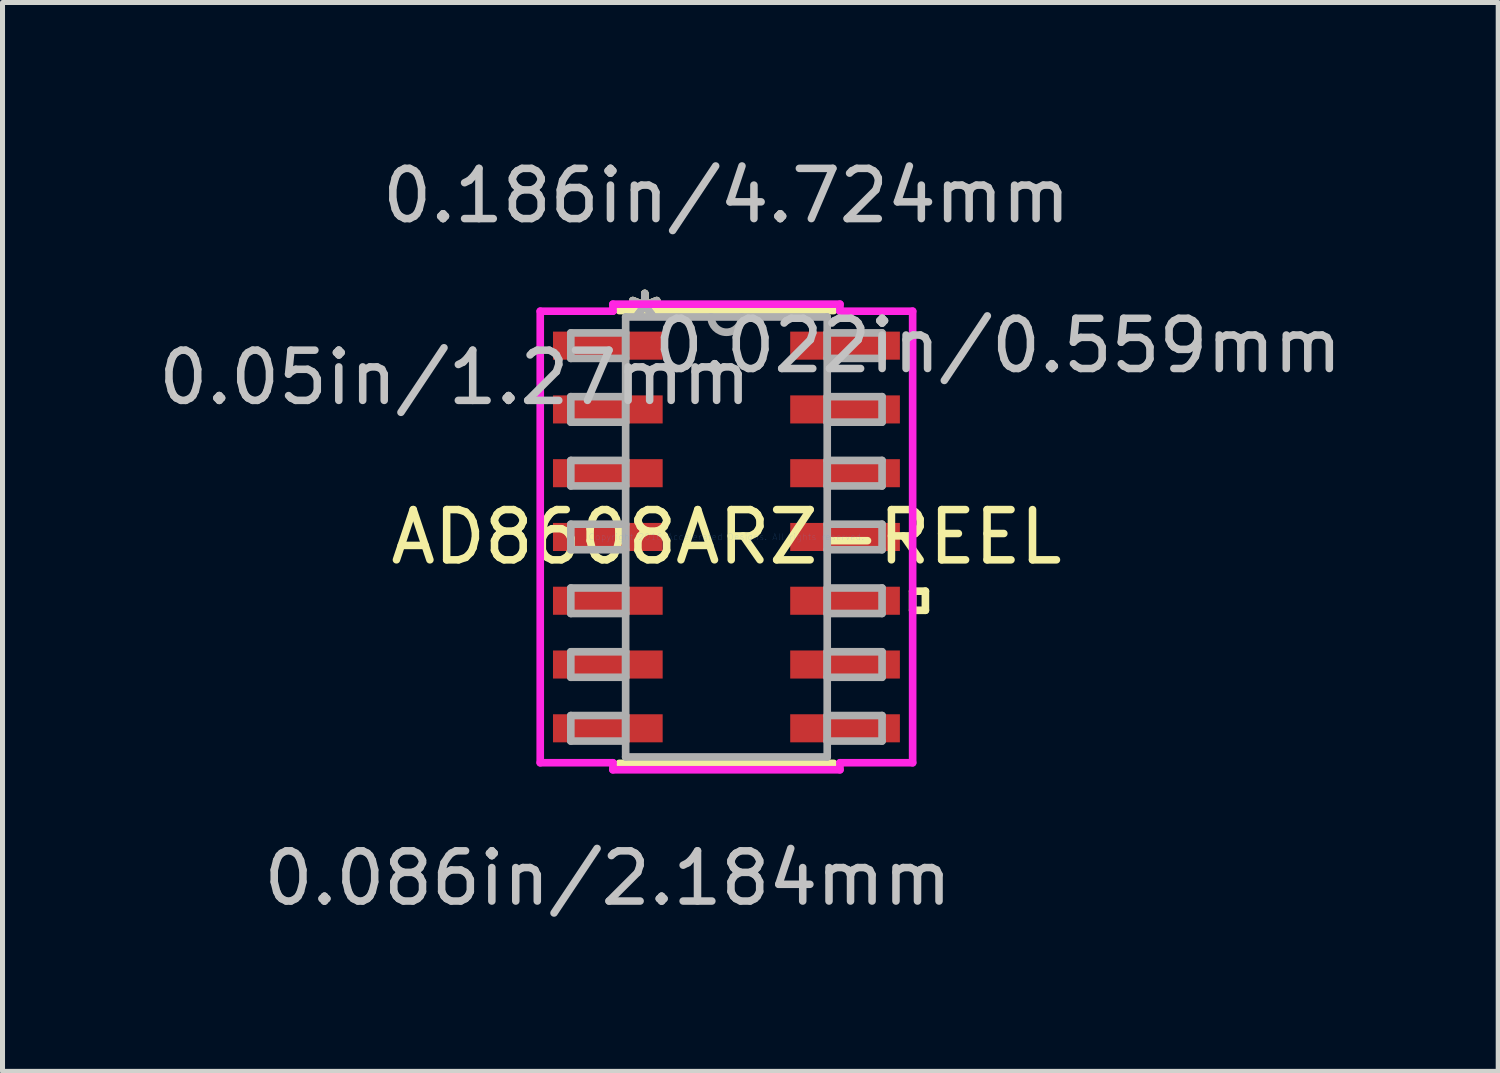
<source format=kicad_pcb>
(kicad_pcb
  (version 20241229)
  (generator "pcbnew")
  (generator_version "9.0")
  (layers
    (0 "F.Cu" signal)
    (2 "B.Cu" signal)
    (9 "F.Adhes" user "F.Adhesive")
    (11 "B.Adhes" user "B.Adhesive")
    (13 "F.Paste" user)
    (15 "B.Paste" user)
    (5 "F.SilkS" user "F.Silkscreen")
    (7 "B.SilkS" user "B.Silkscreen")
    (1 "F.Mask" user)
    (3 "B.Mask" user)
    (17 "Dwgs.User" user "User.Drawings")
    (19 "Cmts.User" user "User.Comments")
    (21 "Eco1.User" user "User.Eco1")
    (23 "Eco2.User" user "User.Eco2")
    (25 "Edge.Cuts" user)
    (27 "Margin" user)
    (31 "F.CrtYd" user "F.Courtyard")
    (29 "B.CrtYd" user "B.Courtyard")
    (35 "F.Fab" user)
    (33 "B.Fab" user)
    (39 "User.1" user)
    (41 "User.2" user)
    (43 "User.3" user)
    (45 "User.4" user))
  (footprint "AD8608ARZ-REEL"
    (layer "F.Cu")
    (at 11.416 7.643)
    (property "Reference" "AD8608ARZ-REEL" (at 0 0 0) (layer "F.SilkS") (effects (font (size 1 1) (thickness 0.15))))
    (attr through_hole)
    (fp_line (start -2.134 4.508) (end 2.134 4.508) (stroke (width 0.152) (type solid)) (layer "F.SilkS"))
    (fp_line (start 2.134 -4.508) (end -2.134 -4.508) (stroke (width 0.152) (type solid)) (layer "F.SilkS"))
    (fp_line (start 3.708 1.079) (end 3.962 1.079) (stroke (width 0.152) (type solid)) (layer "F.SilkS"))
    (fp_line (start 3.708 1.46) (end 3.708 1.079) (stroke (width 0.152) (type solid)) (layer "F.SilkS"))
    (fp_line (start 3.962 1.079) (end 3.962 1.46) (stroke (width 0.152) (type solid)) (layer "F.SilkS"))
    (fp_line (start 3.962 1.46) (end 3.708 1.46) (stroke (width 0.152) (type solid)) (layer "F.SilkS"))
    (fp_line (start -3.708 -4.496) (end -2.261 -4.496) (stroke (width 0.152) (type solid)) (layer "F.CrtYd"))
    (fp_line (start -3.708 4.496) (end -3.708 -4.496) (stroke (width 0.152) (type solid)) (layer "F.CrtYd"))
    (fp_line (start -2.261 -4.636) (end 2.261 -4.636) (stroke (width 0.152) (type solid)) (layer "F.CrtYd"))
    (fp_line (start -2.261 -4.496) (end -2.261 -4.636) (stroke (width 0.152) (type solid)) (layer "F.CrtYd"))
    (fp_line (start -2.261 4.496) (end -3.708 4.496) (stroke (width 0.152) (type solid)) (layer "F.CrtYd"))
    (fp_line (start -2.261 4.636) (end -2.261 4.496) (stroke (width 0.152) (type solid)) (layer "F.CrtYd"))
    (fp_line (start 2.261 -4.636) (end 2.261 -4.496) (stroke (width 0.152) (type solid)) (layer "F.CrtYd"))
    (fp_line (start 2.261 -4.496) (end 3.708 -4.496) (stroke (width 0.152) (type solid)) (layer "F.CrtYd"))
    (fp_line (start 2.261 4.496) (end 2.261 4.636) (stroke (width 0.152) (type solid)) (layer "F.CrtYd"))
    (fp_line (start 2.261 4.636) (end -2.261 4.636) (stroke (width 0.152) (type solid)) (layer "F.CrtYd"))
    (fp_line (start 3.708 -4.496) (end 3.708 4.496) (stroke (width 0.152) (type solid)) (layer "F.CrtYd"))
    (fp_line (start 3.708 4.496) (end 2.261 4.496) (stroke (width 0.152) (type solid)) (layer "F.CrtYd"))
    (fp_line (start -3.099 -4.064) (end -3.099 -3.556) (stroke (width 0.152) (type solid)) (layer "F.Fab"))
    (fp_line (start -3.099 -3.556) (end -2.007 -3.556) (stroke (width 0.152) (type solid)) (layer "F.Fab"))
    (fp_line (start -3.099 -2.794) (end -3.099 -2.286) (stroke (width 0.152) (type solid)) (layer "F.Fab"))
    (fp_line (start -3.099 -2.286) (end -2.007 -2.286) (stroke (width 0.152) (type solid)) (layer "F.Fab"))
    (fp_line (start -3.099 -1.524) (end -3.099 -1.016) (stroke (width 0.152) (type solid)) (layer "F.Fab"))
    (fp_line (start -3.099 -1.016) (end -2.007 -1.016) (stroke (width 0.152) (type solid)) (layer "F.Fab"))
    (fp_line (start -3.099 -0.254) (end -3.099 0.254) (stroke (width 0.152) (type solid)) (layer "F.Fab"))
    (fp_line (start -3.099 0.254) (end -2.007 0.254) (stroke (width 0.152) (type solid)) (layer "F.Fab"))
    (fp_line (start -3.099 1.016) (end -3.099 1.524) (stroke (width 0.152) (type solid)) (layer "F.Fab"))
    (fp_line (start -3.099 1.524) (end -2.007 1.524) (stroke (width 0.152) (type solid)) (layer "F.Fab"))
    (fp_line (start -3.099 2.286) (end -3.099 2.794) (stroke (width 0.152) (type solid)) (layer "F.Fab"))
    (fp_line (start -3.099 2.794) (end -2.007 2.794) (stroke (width 0.152) (type solid)) (layer "F.Fab"))
    (fp_line (start -3.099 3.556) (end -3.099 4.064) (stroke (width 0.152) (type solid)) (layer "F.Fab"))
    (fp_line (start -3.099 4.064) (end -2.007 4.064) (stroke (width 0.152) (type solid)) (layer "F.Fab"))
    (fp_line (start -2.007 -4.381) (end -2.007 4.381) (stroke (width 0.152) (type solid)) (layer "F.Fab"))
    (fp_line (start -2.007 -4.064) (end -3.099 -4.064) (stroke (width 0.152) (type solid)) (layer "F.Fab"))
    (fp_line (start -2.007 -3.556) (end -2.007 -4.064) (stroke (width 0.152) (type solid)) (layer "F.Fab"))
    (fp_line (start -2.007 -2.794) (end -3.099 -2.794) (stroke (width 0.152) (type solid)) (layer "F.Fab"))
    (fp_line (start -2.007 -2.286) (end -2.007 -2.794) (stroke (width 0.152) (type solid)) (layer "F.Fab"))
    (fp_line (start -2.007 -1.524) (end -3.099 -1.524) (stroke (width 0.152) (type solid)) (layer "F.Fab"))
    (fp_line (start -2.007 -1.016) (end -2.007 -1.524) (stroke (width 0.152) (type solid)) (layer "F.Fab"))
    (fp_line (start -2.007 -0.254) (end -3.099 -0.254) (stroke (width 0.152) (type solid)) (layer "F.Fab"))
    (fp_line (start -2.007 0.254) (end -2.007 -0.254) (stroke (width 0.152) (type solid)) (layer "F.Fab"))
    (fp_line (start -2.007 1.016) (end -3.099 1.016) (stroke (width 0.152) (type solid)) (layer "F.Fab"))
    (fp_line (start -2.007 1.524) (end -2.007 1.016) (stroke (width 0.152) (type solid)) (layer "F.Fab"))
    (fp_line (start -2.007 2.286) (end -3.099 2.286) (stroke (width 0.152) (type solid)) (layer "F.Fab"))
    (fp_line (start -2.007 2.794) (end -2.007 2.286) (stroke (width 0.152) (type solid)) (layer "F.Fab"))
    (fp_line (start -2.007 3.556) (end -3.099 3.556) (stroke (width 0.152) (type solid)) (layer "F.Fab"))
    (fp_line (start -2.007 4.064) (end -2.007 3.556) (stroke (width 0.152) (type solid)) (layer "F.Fab"))
    (fp_line (start -2.007 4.381) (end 2.007 4.381) (stroke (width 0.152) (type solid)) (layer "F.Fab"))
    (fp_line (start 2.007 -4.381) (end -2.007 -4.381) (stroke (width 0.152) (type solid)) (layer "F.Fab"))
    (fp_line (start 2.007 -4.064) (end 2.007 -3.556) (stroke (width 0.152) (type solid)) (layer "F.Fab"))
    (fp_line (start 2.007 -3.556) (end 3.099 -3.556) (stroke (width 0.152) (type solid)) (layer "F.Fab"))
    (fp_line (start 2.007 -2.794) (end 2.007 -2.286) (stroke (width 0.152) (type solid)) (layer "F.Fab"))
    (fp_line (start 2.007 -2.286) (end 3.099 -2.286) (stroke (width 0.152) (type solid)) (layer "F.Fab"))
    (fp_line (start 2.007 -1.524) (end 2.007 -1.016) (stroke (width 0.152) (type solid)) (layer "F.Fab"))
    (fp_line (start 2.007 -1.016) (end 3.099 -1.016) (stroke (width 0.152) (type solid)) (layer "F.Fab"))
    (fp_line (start 2.007 -0.254) (end 2.007 0.254) (stroke (width 0.152) (type solid)) (layer "F.Fab"))
    (fp_line (start 2.007 0.254) (end 3.099 0.254) (stroke (width 0.152) (type solid)) (layer "F.Fab"))
    (fp_line (start 2.007 1.016) (end 2.007 1.524) (stroke (width 0.152) (type solid)) (layer "F.Fab"))
    (fp_line (start 2.007 1.524) (end 3.099 1.524) (stroke (width 0.152) (type solid)) (layer "F.Fab"))
    (fp_line (start 2.007 2.286) (end 2.007 2.794) (stroke (width 0.152) (type solid)) (layer "F.Fab"))
    (fp_line (start 2.007 2.794) (end 3.099 2.794) (stroke (width 0.152) (type solid)) (layer "F.Fab"))
    (fp_line (start 2.007 3.556) (end 2.007 4.064) (stroke (width 0.152) (type solid)) (layer "F.Fab"))
    (fp_line (start 2.007 4.064) (end 3.099 4.064) (stroke (width 0.152) (type solid)) (layer "F.Fab"))
    (fp_line (start 2.007 4.381) (end 2.007 -4.381) (stroke (width 0.152) (type solid)) (layer "F.Fab"))
    (fp_line (start 3.099 -4.064) (end 2.007 -4.064) (stroke (width 0.152) (type solid)) (layer "F.Fab"))
    (fp_line (start 3.099 -3.556) (end 3.099 -4.064) (stroke (width 0.152) (type solid)) (layer "F.Fab"))
    (fp_line (start 3.099 -2.794) (end 2.007 -2.794) (stroke (width 0.152) (type solid)) (layer "F.Fab"))
    (fp_line (start 3.099 -2.286) (end 3.099 -2.794) (stroke (width 0.152) (type solid)) (layer "F.Fab"))
    (fp_line (start 3.099 -1.524) (end 2.007 -1.524) (stroke (width 0.152) (type solid)) (layer "F.Fab"))
    (fp_line (start 3.099 -1.016) (end 3.099 -1.524) (stroke (width 0.152) (type solid)) (layer "F.Fab"))
    (fp_line (start 3.099 -0.254) (end 2.007 -0.254) (stroke (width 0.152) (type solid)) (layer "F.Fab"))
    (fp_line (start 3.099 0.254) (end 3.099 -0.254) (stroke (width 0.152) (type solid)) (layer "F.Fab"))
    (fp_line (start 3.099 1.016) (end 2.007 1.016) (stroke (width 0.152) (type solid)) (layer "F.Fab"))
    (fp_line (start 3.099 1.524) (end 3.099 1.016) (stroke (width 0.152) (type solid)) (layer "F.Fab"))
    (fp_line (start 3.099 2.286) (end 2.007 2.286) (stroke (width 0.152) (type solid)) (layer "F.Fab"))
    (fp_line (start 3.099 2.794) (end 3.099 2.286) (stroke (width 0.152) (type solid)) (layer "F.Fab"))
    (fp_line (start 3.099 3.556) (end 2.007 3.556) (stroke (width 0.152) (type solid)) (layer "F.Fab"))
    (fp_line (start 3.099 4.064) (end 3.099 3.556) (stroke (width 0.152) (type solid)) (layer "F.Fab"))
    (fp_arc (start 0.3048 -4.3815) (mid 0 -4.0767) (end -0.3048 -4.3815) (stroke (width 0.1524) (type solid)) (layer "F.Fab"))
    (fp_text user "*" (at -1.626 -4.305 0) (layer "F.SilkS") (effects (font (size 1 1) (thickness 0.15))))
    (fp_text user "*" (at -1.626 -4.305 0) (layer "F.SilkS") (effects (font (size 1 1) (thickness 0.15))))
    (fp_text user "0.186in/4.724mm" (at 0 -6.795 0) (layer "Dwgs.User") (effects (font (size 1 1) (thickness 0.15))))
    (fp_text user "0.022in/0.559mm" (at 5.41 -3.81 0) (layer "Dwgs.User") (effects (font (size 1 1) (thickness 0.15))))
    (fp_text user "0.086in/2.184mm" (at -2.362 6.795 0) (layer "Dwgs.User") (effects (font (size 1 1) (thickness 0.15))))
    (fp_text user "0.05in/1.27mm" (at -5.41 -3.175 0) (layer "Dwgs.User") (effects (font (size 1 1) (thickness 0.15))))
    (fp_text user "Copyright 2016 Accelerated Designs. All rights reserved." (at 0 0 0) (layer "Cmts.User") (effects (font (size 0.127 0.127) (thickness 0.002))))
    (fp_text user "*" (at -1.626 -4.305 0) (layer "F.Fab") (effects (font (size 1 1) (thickness 0.15))))
    (fp_text user "*" (at -1.626 -4.305 0) (layer "F.Fab") (effects (font (size 1 1) (thickness 0.15))))
    (pad "1" smd rect (at -2.362 -3.81) (size 2.184 0.559) (layers "F.Cu" "F.Mask" "F.Paste"))
    (pad "2" smd rect (at -2.362 -2.54) (size 2.184 0.559) (layers "F.Cu" "F.Mask" "F.Paste"))
    (pad "3" smd rect (at -2.362 -1.27) (size 2.184 0.559) (layers "F.Cu" "F.Mask" "F.Paste"))
    (pad "4" smd rect (at -2.362 0) (size 2.184 0.559) (layers "F.Cu" "F.Mask" "F.Paste"))
    (pad "5" smd rect (at -2.362 1.27) (size 2.184 0.559) (layers "F.Cu" "F.Mask" "F.Paste"))
    (pad "6" smd rect (at -2.362 2.54) (size 2.184 0.559) (layers "F.Cu" "F.Mask" "F.Paste"))
    (pad "7" smd rect (at -2.362 3.81) (size 2.184 0.559) (layers "F.Cu" "F.Mask" "F.Paste"))
    (pad "8" smd rect (at 2.362 3.81) (size 2.184 0.559) (layers "F.Cu" "F.Mask" "F.Paste"))
    (pad "9" smd rect (at 2.362 2.54) (size 2.184 0.559) (layers "F.Cu" "F.Mask" "F.Paste"))
    (pad "10" smd rect (at 2.362 1.27) (size 2.184 0.559) (layers "F.Cu" "F.Mask" "F.Paste"))
    (pad "11" smd rect (at 2.362 0) (size 2.184 0.559) (layers "F.Cu" "F.Mask" "F.Paste"))
    (pad "12" smd rect (at 2.362 -1.27) (size 2.184 0.559) (layers "F.Cu" "F.Mask" "F.Paste"))
    (pad "13" smd rect (at 2.362 -2.54) (size 2.184 0.559) (layers "F.Cu" "F.Mask" "F.Paste"))
    (pad "14" smd rect (at 2.362 -3.81) (size 2.184 0.559) (layers "F.Cu" "F.Mask" "F.Paste")))
  (gr_rect
    (start -3 -3)
    (end 26.785 18.285)
    (stroke (width 0.1) (type default))
    (fill no)
    (layer "Edge.Cuts")))
</source>
